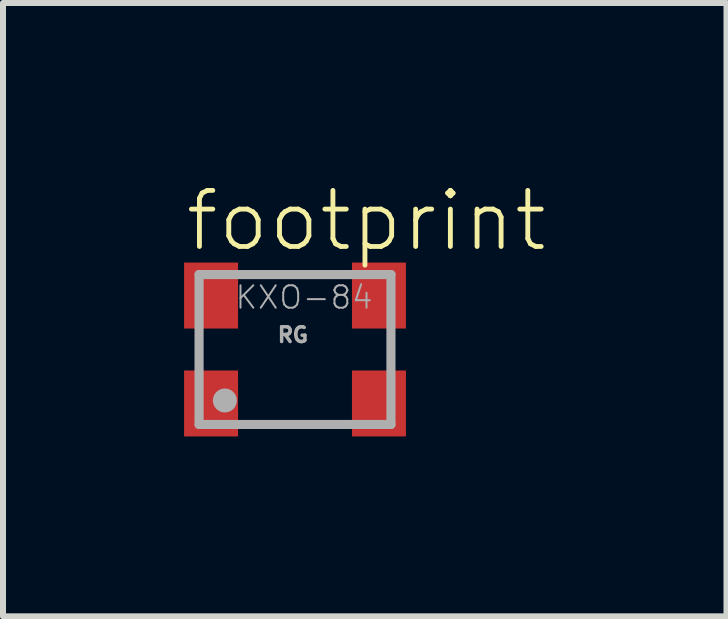
<source format=kicad_pcb>
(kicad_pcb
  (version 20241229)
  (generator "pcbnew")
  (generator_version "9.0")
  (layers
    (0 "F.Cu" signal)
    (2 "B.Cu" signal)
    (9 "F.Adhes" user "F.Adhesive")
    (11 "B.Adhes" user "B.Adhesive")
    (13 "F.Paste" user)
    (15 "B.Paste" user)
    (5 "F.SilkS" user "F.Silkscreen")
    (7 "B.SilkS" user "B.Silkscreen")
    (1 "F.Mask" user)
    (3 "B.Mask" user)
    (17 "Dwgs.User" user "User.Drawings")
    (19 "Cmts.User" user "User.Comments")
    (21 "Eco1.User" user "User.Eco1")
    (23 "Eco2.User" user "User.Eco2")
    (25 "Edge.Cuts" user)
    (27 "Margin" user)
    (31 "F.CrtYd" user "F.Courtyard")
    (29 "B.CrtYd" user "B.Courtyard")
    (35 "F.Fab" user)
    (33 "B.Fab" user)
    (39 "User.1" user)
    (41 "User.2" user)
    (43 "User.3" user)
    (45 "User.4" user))
  (footprint "footprint"
    (layer "F.Cu")
    (at 1.87 2.779)
    (property "Reference" "footprint" (at -1.87 -1.6 0) (layer "F.SilkS") (effects (font (size 0.935 0.935) (thickness 0.081)) (justify left bottom)))
    (fp_line (start -1.6 -0.25) (end -1.6 0.25) (stroke (width 0.127) (type solid)) (layer "F.SilkS"))
    (fp_line (start -0.82 -1.25) (end 0.83 -1.25) (stroke (width 0.127) (type solid)) (layer "F.SilkS"))
    (fp_line (start -0.82 1.25) (end 0.78 1.25) (stroke (width 0.127) (type solid)) (layer "F.SilkS"))
    (fp_line (start 1.6 -0.25) (end 1.6 0.25) (stroke (width 0.127) (type solid)) (layer "F.SilkS"))
    (fp_line (start -1.6 -1.25) (end -1.6 1.25) (stroke (width 0.152) (type solid)) (layer "F.Fab"))
    (fp_line (start -1.6 1.25) (end 1.6 1.25) (stroke (width 0.152) (type solid)) (layer "F.Fab"))
    (fp_line (start 1.6 -1.25) (end -1.6 -1.25) (stroke (width 0.152) (type solid)) (layer "F.Fab"))
    (fp_line (start 1.6 1.25) (end 1.6 -1.25) (stroke (width 0.152) (type solid)) (layer "F.Fab"))
    (fp_circle (center -1.17 0.85) (end -1.07 0.85) (stroke (width 0.2) (type solid)) (fill no) (layer "F.Fab"))
    (fp_text user "RG" (at -0.32 -0.1 0) (layer "F.Fab") (effects (font (size 0.247 0.247) (thickness 0.058)) (justify left bottom)))
    (fp_text user "KXO-84" (at -1.02 -0.65 0) (layer "F.Fab") (effects (font (size 0.374 0.374) (thickness 0.033)) (justify left bottom)))
    (pad "1" smd rect (at -1.4 0.9) (size 0.9 1.1) (layers "F.Cu" "F.Mask" "F.Paste"))
    (pad "2" smd rect (at 1.4 0.9) (size 0.9 1.1) (layers "F.Cu" "F.Mask" "F.Paste"))
    (pad "3" smd rect (at 1.4 -0.9) (size 0.9 1.1) (layers "F.Cu" "F.Mask" "F.Paste"))
    (pad "4" smd rect (at -1.4 -0.9) (size 0.9 1.1) (layers "F.Cu" "F.Mask" "F.Paste")))
  (gr_rect
    (start -3 -3)
    (end 9.066 7.229)
    (stroke (width 0.1) (type default))
    (fill no)
    (layer "Edge.Cuts")))
</source>
